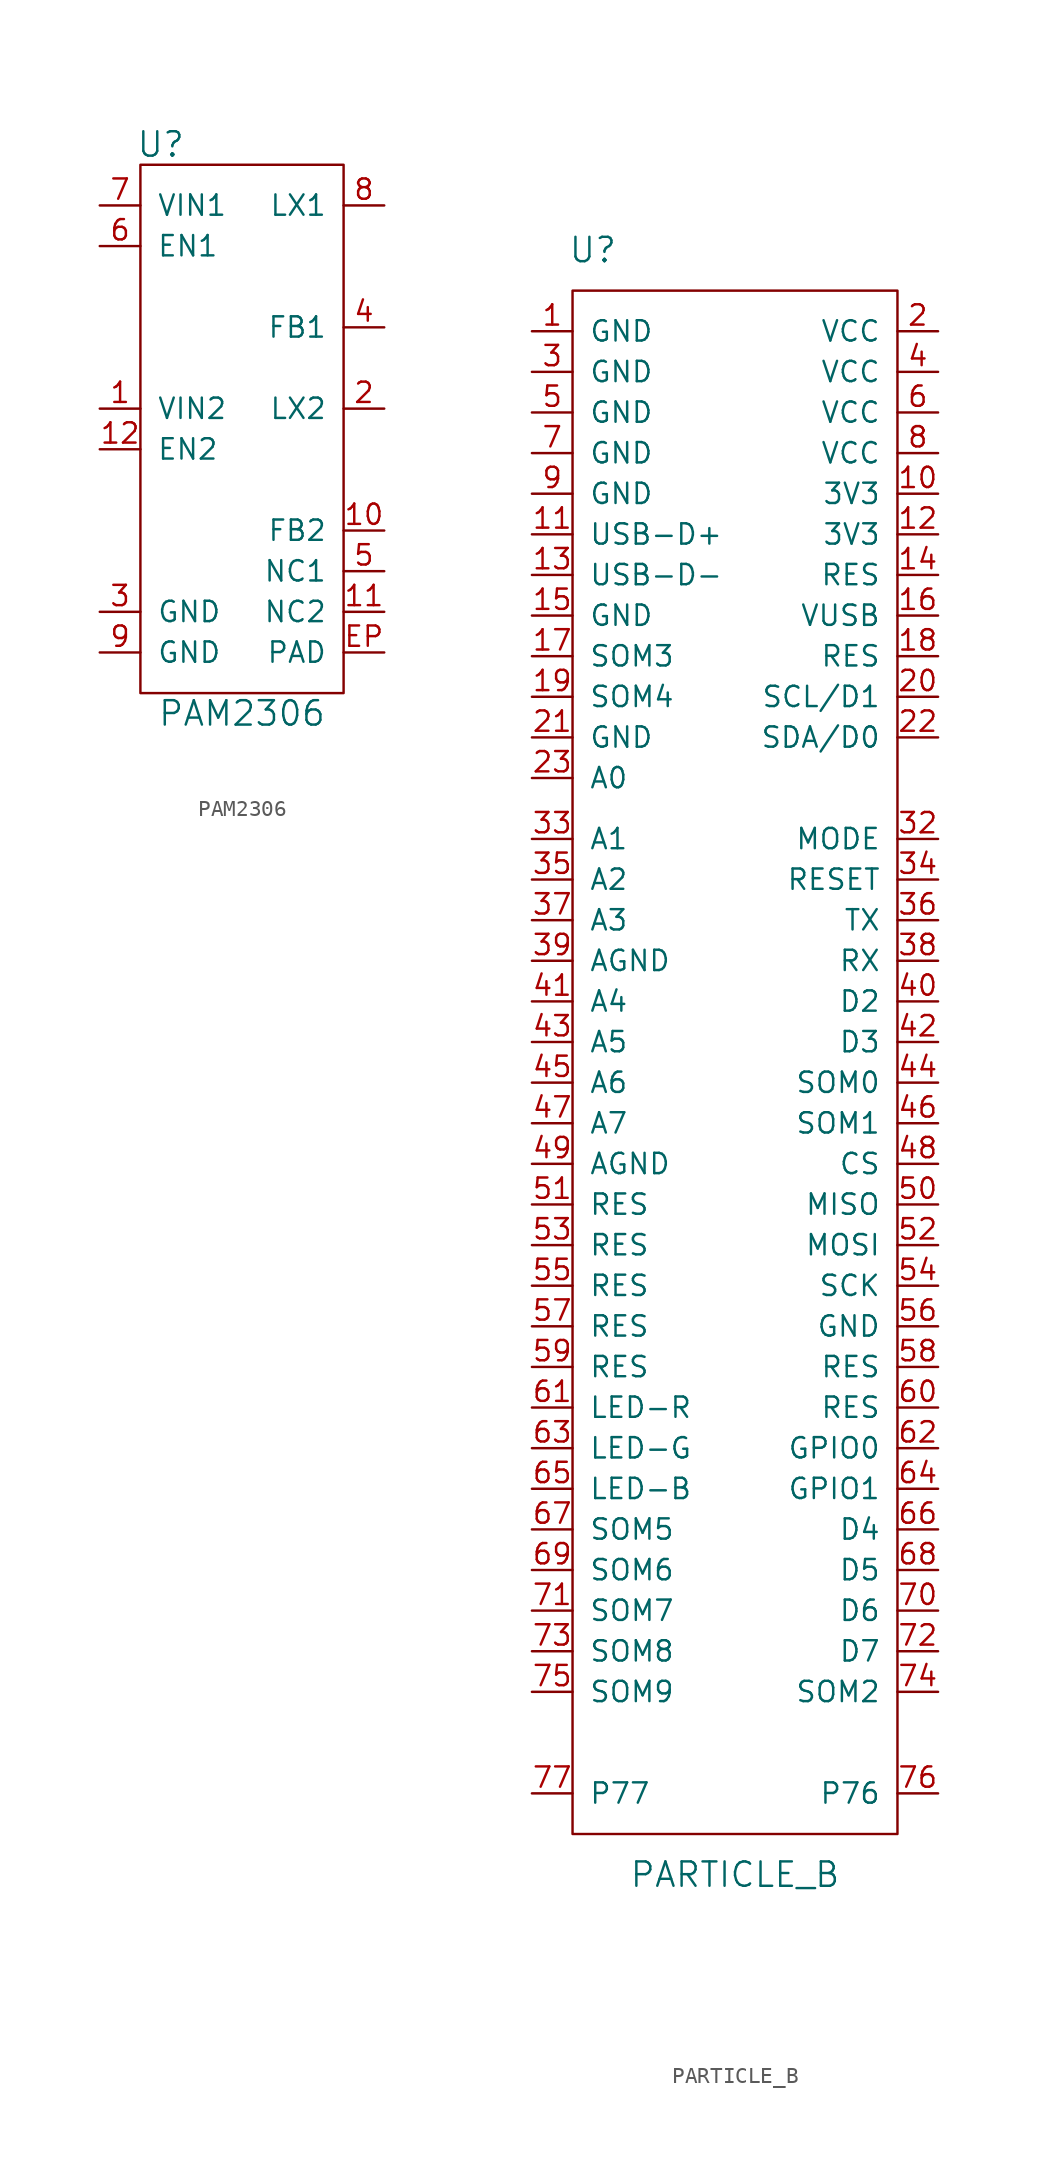
<source format=kicad_sym>
(kicad_symbol_lib
  (version 20211014)
  (generator kicad_symbol_editor)
  (symbol "PAM2306"
    (pin_names
      (offset 1.016))
    (property "Reference" "U"
      (at -5.08 16.51 0)
      (effects (font (size 1.524 1.524))))
    (property "Value" "PAM2306"
      (at 0 -19.05 0)
      (effects (font (size 1.524 1.524))))
    (symbol "PAM2306_0_1"
      (rectangle (start 6.35 -17.78) (end -6.35 15.24) (stroke (width 0) (type default) (color 0 0 0 0)) (fill (type none))))
    (symbol "PAM2306_1_1"
      (pin passive line (at -8.89 0 0) (length 2.54) (name "VIN2" (effects (font (size 1.27 1.27)))) (number "1" (effects (font (size 1.27 1.27)))))
      (pin passive line (at 8.89 -7.62 180) (length 2.54) (name "FB2" (effects (font (size 1.27 1.27)))) (number "10" (effects (font (size 1.27 1.27)))))
      (pin passive line (at 8.89 -12.7 180) (length 2.54) (name "NC2" (effects (font (size 1.27 1.27)))) (number "11" (effects (font (size 1.27 1.27)))))
      (pin passive line (at -8.89 -2.54 0) (length 2.54) (name "EN2" (effects (font (size 1.27 1.27)))) (number "12" (effects (font (size 1.27 1.27)))))
      (pin passive line (at 8.89 0 180) (length 2.54) (name "LX2" (effects (font (size 1.27 1.27)))) (number "2" (effects (font (size 1.27 1.27)))))
      (pin passive line (at -8.89 -12.7 0) (length 2.54) (name "GND" (effects (font (size 1.27 1.27)))) (number "3" (effects (font (size 1.27 1.27)))))
      (pin passive line (at 8.89 5.08 180) (length 2.54) (name "FB1" (effects (font (size 1.27 1.27)))) (number "4" (effects (font (size 1.27 1.27)))))
      (pin passive line (at 8.89 -10.16 180) (length 2.54) (name "NC1" (effects (font (size 1.27 1.27)))) (number "5" (effects (font (size 1.27 1.27)))))
      (pin passive line (at -8.89 10.16 0) (length 2.54) (name "EN1" (effects (font (size 1.27 1.27)))) (number "6" (effects (font (size 1.27 1.27)))))
      (pin passive line (at -8.89 12.7 0) (length 2.54) (name "VIN1" (effects (font (size 1.27 1.27)))) (number "7" (effects (font (size 1.27 1.27)))))
      (pin passive line (at 8.89 12.7 180) (length 2.54) (name "LX1" (effects (font (size 1.27 1.27)))) (number "8" (effects (font (size 1.27 1.27)))))
      (pin passive line (at -8.89 -15.24 0) (length 2.54) (name "GND" (effects (font (size 1.27 1.27)))) (number "9" (effects (font (size 1.27 1.27)))))
      (pin passive line (at 8.89 -15.24 180) (length 2.54) (name "PAD" (effects (font (size 1.27 1.27)))) (number "EP" (effects (font (size 1.27 1.27)))))))
  (symbol "PARTICLE_B"
    (pin_names
      (offset 1.016))
    (property "Reference" "U"
      (at -8.89 50.8 0)
      (effects (font (size 1.524 1.524))))
    (property "Value" "PARTICLE_B"
      (at 0 -50.8 0)
      (effects (font (size 1.524 1.524))))
    (symbol "PARTICLE_B_0_1"
      (rectangle (start -10.16 48.26) (end 10.16 -48.26) (stroke (width 0) (type default) (color 0 0 0 0)) (fill (type none))))
    (symbol "PARTICLE_B_1_1"
      (pin passive line (at -12.7 45.72 0) (length 2.54) (name "GND" (effects (font (size 1.27 1.27)))) (number "1" (effects (font (size 1.27 1.27)))))
      (pin passive line (at 12.7 35.56 180) (length 2.54) (name "3V3" (effects (font (size 1.27 1.27)))) (number "10" (effects (font (size 1.27 1.27)))))
      (pin passive line (at -12.7 33.02 0) (length 2.54) (name "USB-D+" (effects (font (size 1.27 1.27)))) (number "11" (effects (font (size 1.27 1.27)))))
      (pin passive line (at 12.7 33.02 180) (length 2.54) (name "3V3" (effects (font (size 1.27 1.27)))) (number "12" (effects (font (size 1.27 1.27)))))
      (pin passive line (at -12.7 30.48 0) (length 2.54) (name "USB-D-" (effects (font (size 1.27 1.27)))) (number "13" (effects (font (size 1.27 1.27)))))
      (pin passive line (at 12.7 30.48 180) (length 2.54) (name "RES" (effects (font (size 1.27 1.27)))) (number "14" (effects (font (size 1.27 1.27)))))
      (pin passive line (at -12.7 27.94 0) (length 2.54) (name "GND" (effects (font (size 1.27 1.27)))) (number "15" (effects (font (size 1.27 1.27)))))
      (pin passive line (at 12.7 27.94 180) (length 2.54) (name "VUSB" (effects (font (size 1.27 1.27)))) (number "16" (effects (font (size 1.27 1.27)))))
      (pin passive line (at -12.7 25.4 0) (length 2.54) (name "SOM3" (effects (font (size 1.27 1.27)))) (number "17" (effects (font (size 1.27 1.27)))))
      (pin passive line (at 12.7 25.4 180) (length 2.54) (name "RES" (effects (font (size 1.27 1.27)))) (number "18" (effects (font (size 1.27 1.27)))))
      (pin passive line (at -12.7 22.86 0) (length 2.54) (name "SOM4" (effects (font (size 1.27 1.27)))) (number "19" (effects (font (size 1.27 1.27)))))
      (pin passive line (at 12.7 45.72 180) (length 2.54) (name "VCC" (effects (font (size 1.27 1.27)))) (number "2" (effects (font (size 1.27 1.27)))))
      (pin passive line (at 12.7 22.86 180) (length 2.54) (name "SCL/D1" (effects (font (size 1.27 1.27)))) (number "20" (effects (font (size 1.27 1.27)))))
      (pin passive line (at -12.7 20.32 0) (length 2.54) (name "GND" (effects (font (size 1.27 1.27)))) (number "21" (effects (font (size 1.27 1.27)))))
      (pin passive line (at 12.7 20.32 180) (length 2.54) (name "SDA/D0" (effects (font (size 1.27 1.27)))) (number "22" (effects (font (size 1.27 1.27)))))
      (pin passive line (at -12.7 17.78 0) (length 2.54) (name "A0" (effects (font (size 1.27 1.27)))) (number "23" (effects (font (size 1.27 1.27)))))
      (pin passive line (at -12.7 43.18 0) (length 2.54) (name "GND" (effects (font (size 1.27 1.27)))) (number "3" (effects (font (size 1.27 1.27)))))
      (pin passive line (at 12.7 13.97 180) (length 2.54) (name "MODE" (effects (font (size 1.27 1.27)))) (number "32" (effects (font (size 1.27 1.27)))))
      (pin passive line (at -12.7 13.97 0) (length 2.54) (name "A1" (effects (font (size 1.27 1.27)))) (number "33" (effects (font (size 1.27 1.27)))))
      (pin passive line (at 12.7 11.43 180) (length 2.54) (name "RESET" (effects (font (size 1.27 1.27)))) (number "34" (effects (font (size 1.27 1.27)))))
      (pin passive line (at -12.7 11.43 0) (length 2.54) (name "A2" (effects (font (size 1.27 1.27)))) (number "35" (effects (font (size 1.27 1.27)))))
      (pin passive line (at 12.7 8.89 180) (length 2.54) (name "TX" (effects (font (size 1.27 1.27)))) (number "36" (effects (font (size 1.27 1.27)))))
      (pin passive line (at -12.7 8.89 0) (length 2.54) (name "A3" (effects (font (size 1.27 1.27)))) (number "37" (effects (font (size 1.27 1.27)))))
      (pin passive line (at 12.7 6.35 180) (length 2.54) (name "RX" (effects (font (size 1.27 1.27)))) (number "38" (effects (font (size 1.27 1.27)))))
      (pin passive line (at -12.7 6.35 0) (length 2.54) (name "AGND" (effects (font (size 1.27 1.27)))) (number "39" (effects (font (size 1.27 1.27)))))
      (pin passive line (at 12.7 43.18 180) (length 2.54) (name "VCC" (effects (font (size 1.27 1.27)))) (number "4" (effects (font (size 1.27 1.27)))))
      (pin passive line (at 12.7 3.81 180) (length 2.54) (name "D2" (effects (font (size 1.27 1.27)))) (number "40" (effects (font (size 1.27 1.27)))))
      (pin passive line (at -12.7 3.81 0) (length 2.54) (name "A4" (effects (font (size 1.27 1.27)))) (number "41" (effects (font (size 1.27 1.27)))))
      (pin passive line (at 12.7 1.27 180) (length 2.54) (name "D3" (effects (font (size 1.27 1.27)))) (number "42" (effects (font (size 1.27 1.27)))))
      (pin passive line (at -12.7 1.27 0) (length 2.54) (name "A5" (effects (font (size 1.27 1.27)))) (number "43" (effects (font (size 1.27 1.27)))))
      (pin passive line (at 12.7 -1.27 180) (length 2.54) (name "SOM0" (effects (font (size 1.27 1.27)))) (number "44" (effects (font (size 1.27 1.27)))))
      (pin passive line (at -12.7 -1.27 0) (length 2.54) (name "A6" (effects (font (size 1.27 1.27)))) (number "45" (effects (font (size 1.27 1.27)))))
      (pin passive line (at 12.7 -3.81 180) (length 2.54) (name "SOM1" (effects (font (size 1.27 1.27)))) (number "46" (effects (font (size 1.27 1.27)))))
      (pin passive line (at -12.7 -3.81 0) (length 2.54) (name "A7" (effects (font (size 1.27 1.27)))) (number "47" (effects (font (size 1.27 1.27)))))
      (pin passive line (at 12.7 -6.35 180) (length 2.54) (name "CS" (effects (font (size 1.27 1.27)))) (number "48" (effects (font (size 1.27 1.27)))))
      (pin passive line (at -12.7 -6.35 0) (length 2.54) (name "AGND" (effects (font (size 1.27 1.27)))) (number "49" (effects (font (size 1.27 1.27)))))
      (pin passive line (at -12.7 40.64 0) (length 2.54) (name "GND" (effects (font (size 1.27 1.27)))) (number "5" (effects (font (size 1.27 1.27)))))
      (pin passive line (at 12.7 -8.89 180) (length 2.54) (name "MISO" (effects (font (size 1.27 1.27)))) (number "50" (effects (font (size 1.27 1.27)))))
      (pin passive line (at -12.7 -8.89 0) (length 2.54) (name "RES" (effects (font (size 1.27 1.27)))) (number "51" (effects (font (size 1.27 1.27)))))
      (pin passive line (at 12.7 -11.43 180) (length 2.54) (name "MOSI" (effects (font (size 1.27 1.27)))) (number "52" (effects (font (size 1.27 1.27)))))
      (pin passive line (at -12.7 -11.43 0) (length 2.54) (name "RES" (effects (font (size 1.27 1.27)))) (number "53" (effects (font (size 1.27 1.27)))))
      (pin passive line (at 12.7 -13.97 180) (length 2.54) (name "SCK" (effects (font (size 1.27 1.27)))) (number "54" (effects (font (size 1.27 1.27)))))
      (pin passive line (at -12.7 -13.97 0) (length 2.54) (name "RES" (effects (font (size 1.27 1.27)))) (number "55" (effects (font (size 1.27 1.27)))))
      (pin passive line (at 12.7 -16.51 180) (length 2.54) (name "GND" (effects (font (size 1.27 1.27)))) (number "56" (effects (font (size 1.27 1.27)))))
      (pin passive line (at -12.7 -16.51 0) (length 2.54) (name "RES" (effects (font (size 1.27 1.27)))) (number "57" (effects (font (size 1.27 1.27)))))
      (pin passive line (at 12.7 -19.05 180) (length 2.54) (name "RES" (effects (font (size 1.27 1.27)))) (number "58" (effects (font (size 1.27 1.27)))))
      (pin passive line (at -12.7 -19.05 0) (length 2.54) (name "RES" (effects (font (size 1.27 1.27)))) (number "59" (effects (font (size 1.27 1.27)))))
      (pin passive line (at 12.7 40.64 180) (length 2.54) (name "VCC" (effects (font (size 1.27 1.27)))) (number "6" (effects (font (size 1.27 1.27)))))
      (pin passive line (at 12.7 -21.59 180) (length 2.54) (name "RES" (effects (font (size 1.27 1.27)))) (number "60" (effects (font (size 1.27 1.27)))))
      (pin passive line (at -12.7 -21.59 0) (length 2.54) (name "LED-R" (effects (font (size 1.27 1.27)))) (number "61" (effects (font (size 1.27 1.27)))))
      (pin passive line (at 12.7 -24.13 180) (length 2.54) (name "GPIO0" (effects (font (size 1.27 1.27)))) (number "62" (effects (font (size 1.27 1.27)))))
      (pin passive line (at -12.7 -24.13 0) (length 2.54) (name "LED-G" (effects (font (size 1.27 1.27)))) (number "63" (effects (font (size 1.27 1.27)))))
      (pin passive line (at 12.7 -26.67 180) (length 2.54) (name "GPIO1" (effects (font (size 1.27 1.27)))) (number "64" (effects (font (size 1.27 1.27)))))
      (pin passive line (at -12.7 -26.67 0) (length 2.54) (name "LED-B" (effects (font (size 1.27 1.27)))) (number "65" (effects (font (size 1.27 1.27)))))
      (pin passive line (at 12.7 -29.21 180) (length 2.54) (name "D4" (effects (font (size 1.27 1.27)))) (number "66" (effects (font (size 1.27 1.27)))))
      (pin passive line (at -12.7 -29.21 0) (length 2.54) (name "SOM5" (effects (font (size 1.27 1.27)))) (number "67" (effects (font (size 1.27 1.27)))))
      (pin passive line (at 12.7 -31.75 180) (length 2.54) (name "D5" (effects (font (size 1.27 1.27)))) (number "68" (effects (font (size 1.27 1.27)))))
      (pin passive line (at -12.7 -31.75 0) (length 2.54) (name "SOM6" (effects (font (size 1.27 1.27)))) (number "69" (effects (font (size 1.27 1.27)))))
      (pin passive line (at -12.7 38.1 0) (length 2.54) (name "GND" (effects (font (size 1.27 1.27)))) (number "7" (effects (font (size 1.27 1.27)))))
      (pin passive line (at 12.7 -34.29 180) (length 2.54) (name "D6" (effects (font (size 1.27 1.27)))) (number "70" (effects (font (size 1.27 1.27)))))
      (pin passive line (at -12.7 -34.29 0) (length 2.54) (name "SOM7" (effects (font (size 1.27 1.27)))) (number "71" (effects (font (size 1.27 1.27)))))
      (pin passive line (at 12.7 -36.83 180) (length 2.54) (name "D7" (effects (font (size 1.27 1.27)))) (number "72" (effects (font (size 1.27 1.27)))))
      (pin passive line (at -12.7 -36.83 0) (length 2.54) (name "SOM8" (effects (font (size 1.27 1.27)))) (number "73" (effects (font (size 1.27 1.27)))))
      (pin passive line (at 12.7 -39.37 180) (length 2.54) (name "SOM2" (effects (font (size 1.27 1.27)))) (number "74" (effects (font (size 1.27 1.27)))))
      (pin passive line (at -12.7 -39.37 0) (length 2.54) (name "SOM9" (effects (font (size 1.27 1.27)))) (number "75" (effects (font (size 1.27 1.27)))))
      (pin passive line (at 12.7 -45.72 180) (length 2.54) (name "P76" (effects (font (size 1.27 1.27)))) (number "76" (effects (font (size 1.27 1.27)))))
      (pin passive line (at -12.7 -45.72 0) (length 2.54) (name "P77" (effects (font (size 1.27 1.27)))) (number "77" (effects (font (size 1.27 1.27)))))
      (pin passive line (at 12.7 38.1 180) (length 2.54) (name "VCC" (effects (font (size 1.27 1.27)))) (number "8" (effects (font (size 1.27 1.27)))))
      (pin passive line (at -12.7 35.56 0) (length 2.54) (name "GND" (effects (font (size 1.27 1.27)))) (number "9" (effects (font (size 1.27 1.27))))))))
</source>
